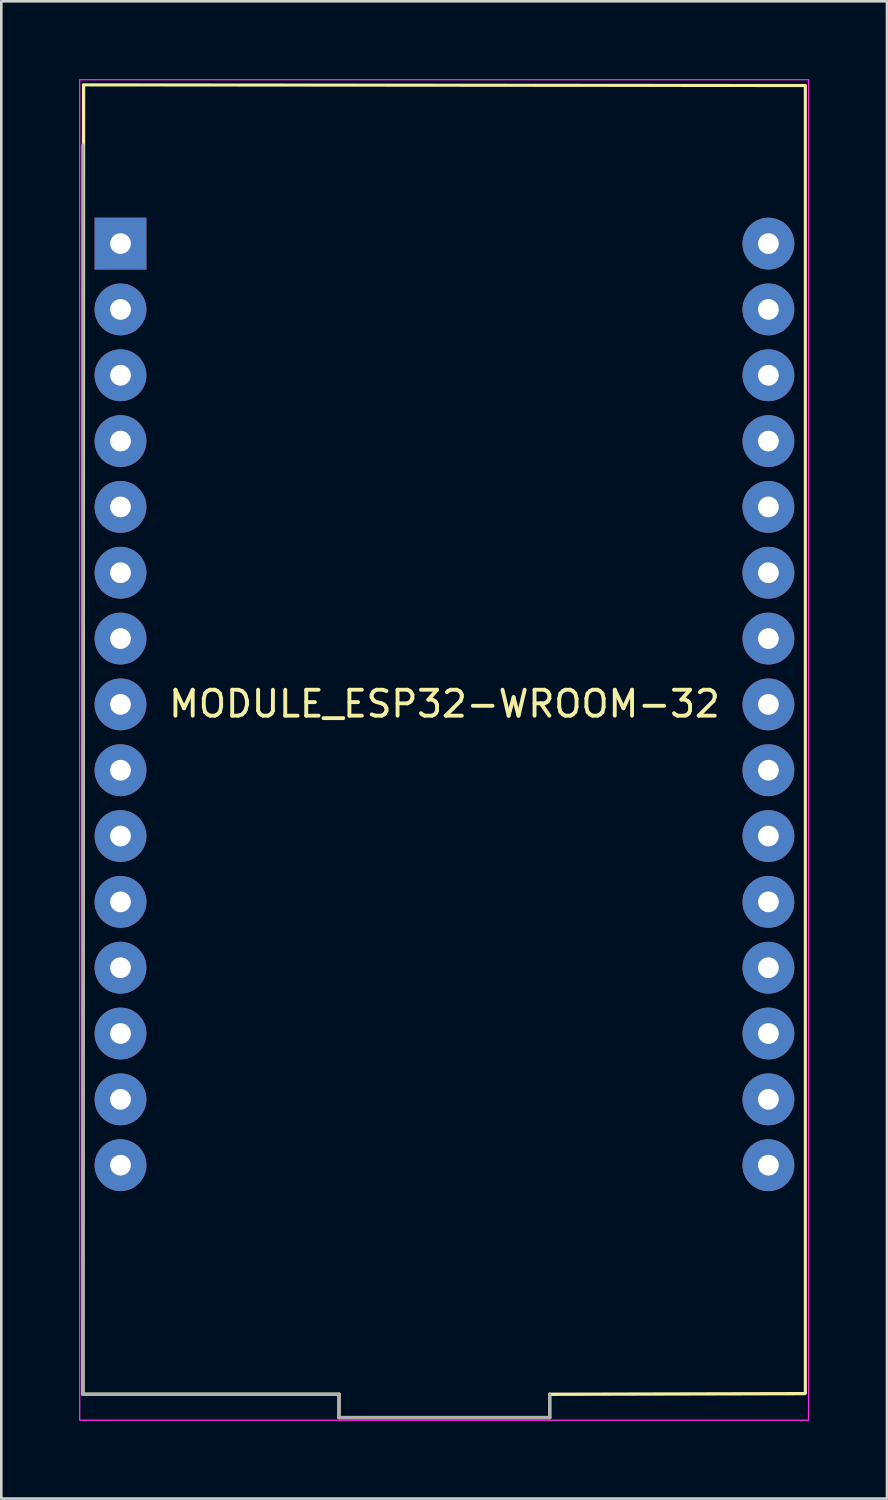
<source format=kicad_pcb>
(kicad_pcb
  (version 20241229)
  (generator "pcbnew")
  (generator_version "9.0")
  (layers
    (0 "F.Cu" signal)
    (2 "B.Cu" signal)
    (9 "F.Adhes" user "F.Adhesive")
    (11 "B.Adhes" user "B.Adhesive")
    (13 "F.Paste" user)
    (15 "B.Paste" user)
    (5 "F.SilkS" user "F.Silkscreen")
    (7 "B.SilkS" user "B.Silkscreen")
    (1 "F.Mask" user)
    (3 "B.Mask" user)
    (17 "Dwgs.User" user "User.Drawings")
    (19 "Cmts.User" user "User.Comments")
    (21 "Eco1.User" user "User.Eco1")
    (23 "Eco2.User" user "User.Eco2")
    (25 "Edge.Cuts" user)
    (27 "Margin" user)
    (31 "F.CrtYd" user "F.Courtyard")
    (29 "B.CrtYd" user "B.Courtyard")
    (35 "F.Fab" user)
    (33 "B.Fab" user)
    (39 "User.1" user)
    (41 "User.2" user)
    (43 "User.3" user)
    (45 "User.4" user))
  (footprint "MODULE_ESP32-WROOM-32"
    (layer "F.Cu")
    (at 14.1 26.65)
    (property "Reference" "MODULE_ESP32-WROOM-32" (at 0 -2.54 0) (layer "F.SilkS") (effects (font (size 1 1) (thickness 0.15))))
    (attr through_hole)
    (fp_line (start -13.95 24.1) (end -4.07 24.1) (stroke (width 0.127) (type solid)) (layer "F.SilkS"))
    (fp_line (start -13.925 -26.425) (end -13.95 24.1) (stroke (width 0.127) (type solid)) (layer "F.SilkS"))
    (fp_line (start -13.85 -26.425) (end 13.925 -26.4) (stroke (width 0.12) (type solid)) (layer "F.SilkS"))
    (fp_line (start -4.07 24.1) (end -4.07 25) (stroke (width 0.127) (type solid)) (layer "F.SilkS"))
    (fp_line (start -4.07 25) (end 4.06 25) (stroke (width 0.127) (type solid)) (layer "F.SilkS"))
    (fp_line (start 4.06 24.1) (end 13.9 24.075) (stroke (width 0.127) (type solid)) (layer "F.SilkS"))
    (fp_line (start 4.06 25) (end 4.06 24.1) (stroke (width 0.127) (type solid)) (layer "F.SilkS"))
    (fp_line (start 13.925 -26.35) (end 13.925 24.05) (stroke (width 0.12) (type solid)) (layer "F.SilkS"))
    (fp_rect (start -14.075 -26.625) (end 14.05 25.1) (stroke (width 0.05) (type solid)) (fill no) (layer "F.CrtYd"))
    (fp_line (start -13.95 -24.1) (end -13.95 24.1) (stroke (width 0.127) (type solid)) (layer "F.Fab"))
    (fp_line (start -13.95 24.1) (end -4.07 24.1) (stroke (width 0.127) (type solid)) (layer "F.Fab"))
    (fp_line (start -4.07 24.1) (end -4.07 25) (stroke (width 0.127) (type solid)) (layer "F.Fab"))
    (fp_line (start -4.07 25) (end 4.06 25) (stroke (width 0.127) (type solid)) (layer "F.Fab"))
    (fp_line (start 4.06 25) (end 4.06 24.1) (stroke (width 0.127) (type solid)) (layer "F.Fab"))
    (pad "1" thru_hole rect (at -12.5 -20.3) (size 2 2) (drill 0.8) (layers "*.Cu" "*.Mask"))
    (pad "2" thru_hole oval (at -12.5 -17.76) (size 2 2) (drill 0.8) (layers "*.Cu" "*.Mask"))
    (pad "3" thru_hole oval (at -12.5 -15.22) (size 2 2) (drill 0.8) (layers "*.Cu" "*.Mask"))
    (pad "4" thru_hole oval (at -12.5 -12.68) (size 2 2) (drill 0.8) (layers "*.Cu" "*.Mask"))
    (pad "5" thru_hole oval (at -12.5 -10.14) (size 2 2) (drill 0.8) (layers "*.Cu" "*.Mask"))
    (pad "6" thru_hole oval (at -12.5 -7.6) (size 2 2) (drill 0.8) (layers "*.Cu" "*.Mask"))
    (pad "7" thru_hole oval (at -12.5 -5.06) (size 2 2) (drill 0.8) (layers "*.Cu" "*.Mask"))
    (pad "8" thru_hole oval (at -12.5 -2.52) (size 2 2) (drill 0.8) (layers "*.Cu" "*.Mask"))
    (pad "9" thru_hole oval (at -12.5 0.02) (size 2 2) (drill 0.8) (layers "*.Cu" "*.Mask"))
    (pad "10" thru_hole oval (at -12.5 2.56) (size 2 2) (drill 0.8) (layers "*.Cu" "*.Mask"))
    (pad "11" thru_hole oval (at -12.5 5.1) (size 2 2) (drill 0.8) (layers "*.Cu" "*.Mask"))
    (pad "12" thru_hole oval (at -12.5 7.64) (size 2 2) (drill 0.8) (layers "*.Cu" "*.Mask"))
    (pad "13" thru_hole oval (at -12.5 10.18) (size 2 2) (drill 0.8) (layers "*.Cu" "*.Mask"))
    (pad "14" thru_hole oval (at -12.5 12.72) (size 2 2) (drill 0.8) (layers "*.Cu" "*.Mask"))
    (pad "15" thru_hole oval (at -12.5 15.26) (size 2 2) (drill 0.8) (layers "*.Cu" "*.Mask"))
    (pad "16" thru_hole oval (at 12.5 15.26) (size 2 2) (drill 0.8) (layers "*.Cu" "*.Mask"))
    (pad "17" thru_hole oval (at 12.5 12.72) (size 2 2) (drill 0.8) (layers "*.Cu" "*.Mask"))
    (pad "18" thru_hole oval (at 12.5 10.18) (size 2 2) (drill 0.8) (layers "*.Cu" "*.Mask"))
    (pad "19" thru_hole oval (at 12.5 7.64) (size 2 2) (drill 0.8) (layers "*.Cu" "*.Mask"))
    (pad "20" thru_hole oval (at 12.5 5.1) (size 2 2) (drill 0.8) (layers "*.Cu" "*.Mask"))
    (pad "21" thru_hole oval (at 12.5 2.56) (size 2 2) (drill 0.8) (layers "*.Cu" "*.Mask"))
    (pad "22" thru_hole oval (at 12.5 0.02) (size 2 2) (drill 0.8) (layers "*.Cu" "*.Mask"))
    (pad "23" thru_hole oval (at 12.5 -2.52) (size 2 2) (drill 0.8) (layers "*.Cu" "*.Mask"))
    (pad "24" thru_hole oval (at 12.5 -5.06) (size 2 2) (drill 0.8) (layers "*.Cu" "*.Mask"))
    (pad "25" thru_hole oval (at 12.5 -7.6) (size 2 2) (drill 0.8) (layers "*.Cu" "*.Mask"))
    (pad "26" thru_hole oval (at 12.5 -10.14) (size 2 2) (drill 0.8) (layers "*.Cu" "*.Mask"))
    (pad "27" thru_hole oval (at 12.5 -12.68) (size 2 2) (drill 0.8) (layers "*.Cu" "*.Mask"))
    (pad "28" thru_hole oval (at 12.5 -15.22) (size 2 2) (drill 0.8) (layers "*.Cu" "*.Mask"))
    (pad "29" thru_hole oval (at 12.5 -17.76) (size 2 2) (drill 0.8) (layers "*.Cu" "*.Mask"))
    (pad "30" thru_hole oval (at 12.5 -20.3) (size 2 2) (drill 0.8) (layers "*.Cu" "*.Mask")))
  (gr_rect
    (start -3 -3)
    (end 31.175 54.775)
    (stroke (width 0.1) (type default))
    (fill no)
    (layer "Edge.Cuts")))
</source>
